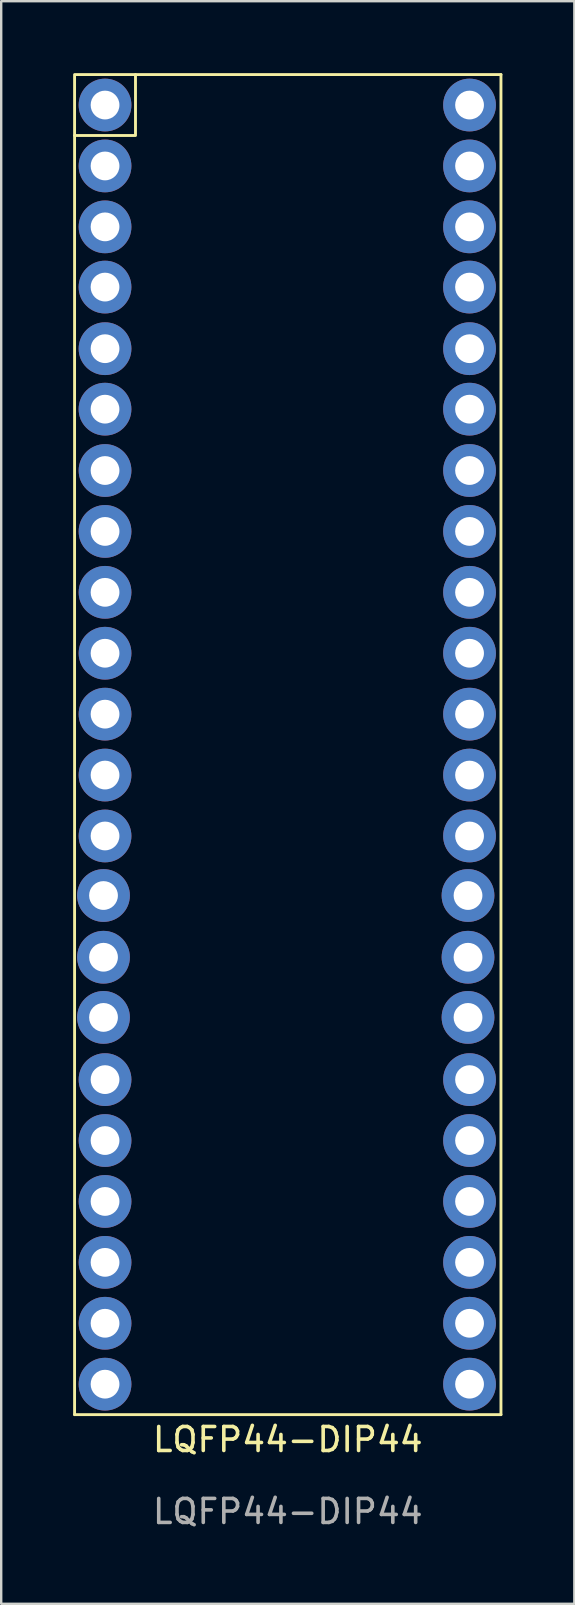
<source format=kicad_pcb>
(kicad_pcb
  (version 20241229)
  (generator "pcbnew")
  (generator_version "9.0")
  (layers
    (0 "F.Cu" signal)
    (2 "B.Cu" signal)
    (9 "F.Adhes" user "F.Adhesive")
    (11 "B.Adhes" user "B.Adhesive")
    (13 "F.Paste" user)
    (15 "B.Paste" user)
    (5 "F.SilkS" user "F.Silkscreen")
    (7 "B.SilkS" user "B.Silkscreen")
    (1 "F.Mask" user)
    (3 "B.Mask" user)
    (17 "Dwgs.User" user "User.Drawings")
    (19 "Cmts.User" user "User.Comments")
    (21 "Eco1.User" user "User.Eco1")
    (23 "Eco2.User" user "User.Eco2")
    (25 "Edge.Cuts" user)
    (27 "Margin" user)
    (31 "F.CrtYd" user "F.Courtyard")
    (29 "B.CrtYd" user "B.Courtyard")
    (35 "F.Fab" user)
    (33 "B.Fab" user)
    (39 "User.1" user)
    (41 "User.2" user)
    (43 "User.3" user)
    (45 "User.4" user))
  (footprint "LQFP44-DIP44"
    (layer "F.Cu")
    (at 1.33 1.33)
    (property "Reference" "LQFP44-DIP44" (at 7.62 55.65 0) (unlocked yes) (layer "F.SilkS") (effects (font (size 1 1) (thickness 0.15))))
    (attr smd)
    (fp_line (start -1.27 1.27) (end -1.27 54.61) (stroke (width 0.12) (type solid)) (layer "F.SilkS"))
    (fp_line (start -1.27 54.61) (end 16.51 54.61) (stroke (width 0.12) (type solid)) (layer "F.SilkS"))
    (fp_line (start 16.51 -1.27) (end 1.27 -1.27) (stroke (width 0.12) (type solid)) (layer "F.SilkS"))
    (fp_line (start 16.51 54.61) (end 16.51 -1.27) (stroke (width 0.12) (type solid)) (layer "F.SilkS"))
    (fp_rect (start -1.27 -1.27) (end 1.27 1.27) (stroke (width 0.12) (type solid)) (fill no) (layer "F.SilkS"))
    (fp_text user "${REFERENCE}" (at 7.62 58.65 0) (unlocked yes) (layer "F.Fab") (effects (font (size 1 1) (thickness 0.15))))
    (pad "1" thru_hole circle (at 0 0) (size 2.2 2.2) (drill 1.2) (layers "*.Cu" "*.Mask"))
    (pad "2" thru_hole circle (at 0 2.54) (size 2.2 2.2) (drill 1.2) (layers "*.Cu" "*.Mask"))
    (pad "3" thru_hole circle (at 0 5.08) (size 2.2 2.2) (drill 1.2) (layers "*.Cu" "*.Mask"))
    (pad "4" thru_hole circle (at -0.001 7.591) (size 2.2 2.2) (drill 1.2) (layers "*.Cu" "*.Mask"))
    (pad "5" thru_hole circle (at 0 10.16) (size 2.2 2.2) (drill 1.2) (layers "*.Cu" "*.Mask"))
    (pad "6" thru_hole circle (at -0.001 12.682) (size 2.2 2.2) (drill 1.2) (layers "*.Cu" "*.Mask"))
    (pad "7" thru_hole circle (at 0 15.24) (size 2.2 2.2) (drill 1.2) (layers "*.Cu" "*.Mask"))
    (pad "8" thru_hole circle (at 0 17.78) (size 2.2 2.2) (drill 1.2) (layers "*.Cu" "*.Mask"))
    (pad "9" thru_hole circle (at 0 20.32) (size 2.2 2.2) (drill 1.2) (layers "*.Cu" "*.Mask"))
    (pad "10" thru_hole circle (at 0 22.86) (size 2.2 2.2) (drill 1.2) (layers "*.Cu" "*.Mask"))
    (pad "11" thru_hole circle (at 0 25.4) (size 2.2 2.2) (drill 1.2) (layers "*.Cu" "*.Mask"))
    (pad "12" thru_hole circle (at 0 27.94) (size 2.2 2.2) (drill 1.2) (layers "*.Cu" "*.Mask"))
    (pad "13" thru_hole circle (at 0 30.48) (size 2.2 2.2) (drill 1.2) (layers "*.Cu" "*.Mask"))
    (pad "14" thru_hole circle (at -0.064 32.963) (size 2.2 2.2) (drill 1.2) (layers "*.Cu" "*.Mask"))
    (pad "15" thru_hole circle (at -0.064 35.537) (size 2.2 2.2) (drill 1.2) (layers "*.Cu" "*.Mask"))
    (pad "16" thru_hole circle (at -0.064 38.046) (size 2.2 2.2) (drill 1.2) (layers "*.Cu" "*.Mask"))
    (pad "17" thru_hole circle (at 0 40.64) (size 2.2 2.2) (drill 1.2) (layers "*.Cu" "*.Mask"))
    (pad "18" thru_hole circle (at 0 43.18) (size 2.2 2.2) (drill 1.2) (layers "*.Cu" "*.Mask"))
    (pad "19" thru_hole circle (at 0 45.72) (size 2.2 2.2) (drill 1.2) (layers "*.Cu" "*.Mask"))
    (pad "20" thru_hole circle (at 0 48.26) (size 2.2 2.2) (drill 1.2) (layers "*.Cu" "*.Mask"))
    (pad "21" thru_hole circle (at 0 50.8) (size 2.2 2.2) (drill 1.2) (layers "*.Cu" "*.Mask"))
    (pad "22" thru_hole circle (at 0 53.34) (size 2.2 2.2) (drill 1.2) (layers "*.Cu" "*.Mask"))
    (pad "23" thru_hole circle (at 15.2 53.34) (size 2.2 2.2) (drill 1.2) (layers "*.Cu" "*.Mask"))
    (pad "24" thru_hole circle (at 15.2 50.8) (size 2.2 2.2) (drill 1.2) (layers "*.Cu" "*.Mask"))
    (pad "25" thru_hole circle (at 15.2 48.26) (size 2.2 2.2) (drill 1.2) (layers "*.Cu" "*.Mask"))
    (pad "26" thru_hole circle (at 15.2 45.72) (size 2.2 2.2) (drill 1.2) (layers "*.Cu" "*.Mask"))
    (pad "27" thru_hole circle (at 15.2 43.18) (size 2.2 2.2) (drill 1.2) (layers "*.Cu" "*.Mask"))
    (pad "28" thru_hole circle (at 15.2 40.64) (size 2.2 2.2) (drill 1.2) (layers "*.Cu" "*.Mask"))
    (pad "29" thru_hole circle (at 15.136 38.046) (size 2.2 2.2) (drill 1.2) (layers "*.Cu" "*.Mask"))
    (pad "30" thru_hole circle (at 15.136 35.537) (size 2.2 2.2) (drill 1.2) (layers "*.Cu" "*.Mask"))
    (pad "31" thru_hole circle (at 15.136 32.963) (size 2.2 2.2) (drill 1.2) (layers "*.Cu" "*.Mask"))
    (pad "32" thru_hole circle (at 15.2 30.48) (size 2.2 2.2) (drill 1.2) (layers "*.Cu" "*.Mask"))
    (pad "33" thru_hole circle (at 15.2 27.94) (size 2.2 2.2) (drill 1.2) (layers "*.Cu" "*.Mask"))
    (pad "34" thru_hole circle (at 15.2 25.4) (size 2.2 2.2) (drill 1.2) (layers "*.Cu" "*.Mask"))
    (pad "35" thru_hole circle (at 15.2 22.86) (size 2.2 2.2) (drill 1.2) (layers "*.Cu" "*.Mask"))
    (pad "36" thru_hole circle (at 15.2 20.32) (size 2.2 2.2) (drill 1.2) (layers "*.Cu" "*.Mask"))
    (pad "37" thru_hole circle (at 15.2 17.78) (size 2.2 2.2) (drill 1.2) (layers "*.Cu" "*.Mask"))
    (pad "38" thru_hole circle (at 15.2 15.24) (size 2.2 2.2) (drill 1.2) (layers "*.Cu" "*.Mask"))
    (pad "39" thru_hole circle (at 15.199 12.682) (size 2.2 2.2) (drill 1.2) (layers "*.Cu" "*.Mask"))
    (pad "40" thru_hole circle (at 15.2 10.16) (size 2.2 2.2) (drill 1.2) (layers "*.Cu" "*.Mask"))
    (pad "41" thru_hole circle (at 15.199 7.591) (size 2.2 2.2) (drill 1.2) (layers "*.Cu" "*.Mask"))
    (pad "42" thru_hole circle (at 15.2 5.08) (size 2.2 2.2) (drill 1.2) (layers "*.Cu" "*.Mask"))
    (pad "43" thru_hole circle (at 15.2 2.54) (size 2.2 2.2) (drill 1.2) (layers "*.Cu" "*.Mask"))
    (pad "44" thru_hole circle (at 15.2 0) (size 2.2 2.2) (drill 1.2) (layers "*.Cu" "*.Mask")))
  (gr_rect
    (start -3 -3)
    (end 20.9 63.828)
    (stroke (width 0.1) (type default))
    (fill no)
    (layer "Edge.Cuts")))
</source>
